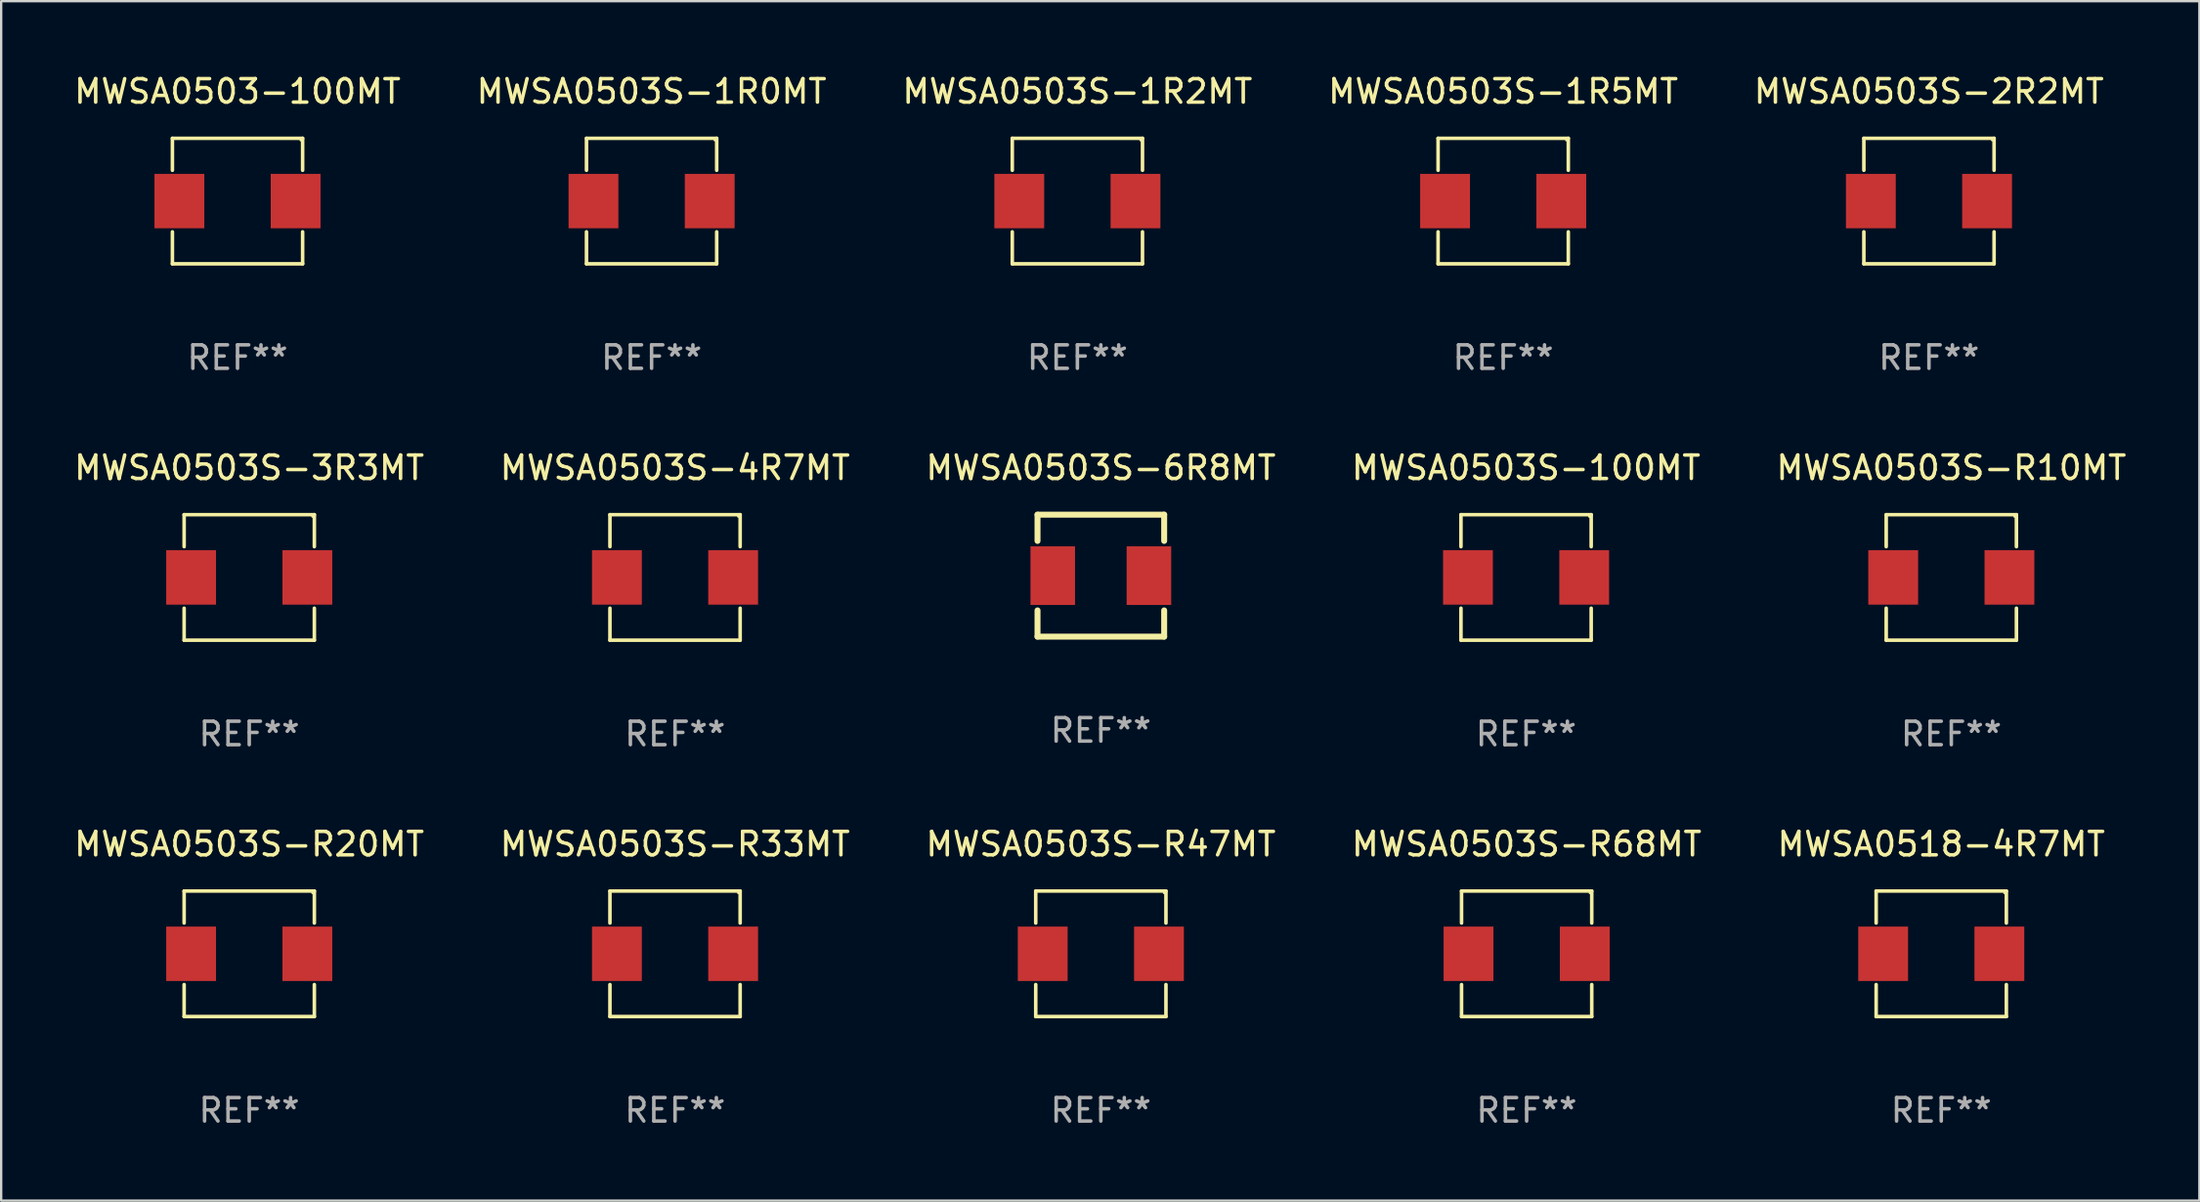
<source format=kicad_pcb>
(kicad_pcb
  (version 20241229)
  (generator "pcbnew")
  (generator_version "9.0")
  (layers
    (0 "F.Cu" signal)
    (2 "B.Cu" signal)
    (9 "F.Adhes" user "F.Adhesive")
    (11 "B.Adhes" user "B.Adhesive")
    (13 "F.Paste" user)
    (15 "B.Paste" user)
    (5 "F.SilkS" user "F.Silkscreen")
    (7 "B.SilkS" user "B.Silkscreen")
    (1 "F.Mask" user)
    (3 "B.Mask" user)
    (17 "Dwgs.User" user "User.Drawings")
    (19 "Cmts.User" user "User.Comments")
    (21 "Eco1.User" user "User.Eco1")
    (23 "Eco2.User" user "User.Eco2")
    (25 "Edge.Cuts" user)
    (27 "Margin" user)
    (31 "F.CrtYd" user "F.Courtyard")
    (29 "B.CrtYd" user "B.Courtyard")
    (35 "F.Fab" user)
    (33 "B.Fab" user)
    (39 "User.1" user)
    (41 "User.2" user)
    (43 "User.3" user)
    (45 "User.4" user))
  (footprint "MWSA0518-4R7MT"
    (layer "F.Cu")
    (at 79.72 37.622)
    (property "Reference" "MWSA0518-4R7MT" (at 0 -4.676 0) (layer "F.SilkS") (effects (font (size 1 1) (thickness 0.15))))
    (attr through_hole)
    (fp_line (start -2.776 -2.676) (end 2.776 -2.676) (stroke (width 0.152) (type solid)) (layer "F.SilkS"))
    (fp_line (start -2.776 -1.312) (end -2.776 -2.676) (stroke (width 0.152) (type solid)) (layer "F.SilkS"))
    (fp_line (start -2.776 1.312) (end -2.776 2.676) (stroke (width 0.152) (type solid)) (layer "F.SilkS"))
    (fp_line (start -2.776 2.676) (end 2.776 2.676) (stroke (width 0.152) (type solid)) (layer "F.SilkS"))
    (fp_line (start 2.776 -2.676) (end 2.776 -1.312) (stroke (width 0.152) (type solid)) (layer "F.SilkS"))
    (fp_line (start 2.776 2.676) (end 2.776 1.312) (stroke (width 0.152) (type solid)) (layer "F.SilkS"))
    (fp_circle (center 2.7 -2.6) (end 2.73 -2.6) (stroke (width 0.06) (type solid)) (fill no) (layer "F.SilkS"))
    (fp_text user "REF**" (at 0 6.676 0) (layer "F.Fab") (effects (font (size 1 1) (thickness 0.15))))
    (pad "1" smd rect (at 2.478 0) (size 2.124 2.32) (layers "F.Cu" "F.Mask" "F.Paste"))
    (pad "2" smd rect (at -2.478 0) (size 2.124 2.32) (layers "F.Cu" "F.Mask" "F.Paste")))
  (footprint "MWSA0503S-6R8MT"
    (layer "F.Cu")
    (at 43.887 21.497)
    (property "Reference" "MWSA0503S-6R8MT" (at 0 -4.6 0) (layer "F.SilkS") (effects (font (size 1 1) (thickness 0.15))))
    (attr through_hole)
    (fp_line (start -2.7 -2.6) (end 2.7 -2.6) (stroke (width 0.254) (type solid)) (layer "F.SilkS"))
    (fp_line (start -2.7 -1.481) (end -2.7 -2.6) (stroke (width 0.254) (type solid)) (layer "F.SilkS"))
    (fp_line (start -2.7 2.6) (end -2.7 1.481) (stroke (width 0.254) (type solid)) (layer "F.SilkS"))
    (fp_line (start 2.7 -2.6) (end 2.7 -1.481) (stroke (width 0.254) (type solid)) (layer "F.SilkS"))
    (fp_line (start 2.7 1.481) (end 2.7 2.6) (stroke (width 0.254) (type solid)) (layer "F.SilkS"))
    (fp_line (start 2.7 2.6) (end -2.7 2.6) (stroke (width 0.254) (type solid)) (layer "F.SilkS"))
    (fp_circle (center -2.7 2.6) (end -2.67 2.6) (stroke (width 0.06) (type solid)) (fill no) (layer "F.SilkS"))
    (fp_text user "REF**" (at 0 6.6 0) (layer "F.Fab") (effects (font (size 1 1) (thickness 0.15))))
    (pad "1" smd rect (at -2.05 0) (size 1.9 2.5) (layers "F.Cu" "F.Mask" "F.Paste"))
    (pad "2" smd rect (at 2.05 0) (size 1.9 2.5) (layers "F.Cu" "F.Mask" "F.Paste")))
  (footprint "MWSA0503S-R47MT"
    (layer "F.Cu")
    (at 43.887 37.622)
    (property "Reference" "MWSA0503S-R47MT" (at 0 -4.676 0) (layer "F.SilkS") (effects (font (size 1 1) (thickness 0.15))))
    (attr through_hole)
    (fp_line (start -2.776 -2.676) (end 2.776 -2.676) (stroke (width 0.152) (type solid)) (layer "F.SilkS"))
    (fp_line (start -2.776 -1.312) (end -2.776 -2.676) (stroke (width 0.152) (type solid)) (layer "F.SilkS"))
    (fp_line (start -2.776 1.312) (end -2.776 2.676) (stroke (width 0.152) (type solid)) (layer "F.SilkS"))
    (fp_line (start -2.776 2.676) (end 2.776 2.676) (stroke (width 0.152) (type solid)) (layer "F.SilkS"))
    (fp_line (start 2.776 -2.676) (end 2.776 -1.312) (stroke (width 0.152) (type solid)) (layer "F.SilkS"))
    (fp_line (start 2.776 2.676) (end 2.776 1.312) (stroke (width 0.152) (type solid)) (layer "F.SilkS"))
    (fp_circle (center 2.7 -2.6) (end 2.73 -2.6) (stroke (width 0.06) (type solid)) (fill no) (layer "F.SilkS"))
    (fp_text user "REF**" (at 0 6.676 0) (layer "F.Fab") (effects (font (size 1 1) (thickness 0.15))))
    (pad "1" smd rect (at 2.478 0) (size 2.124 2.32) (layers "F.Cu" "F.Mask" "F.Paste"))
    (pad "2" smd rect (at -2.478 0) (size 2.124 2.32) (layers "F.Cu" "F.Mask" "F.Paste")))
  (footprint "MWSA0503S-3R3MT"
    (layer "F.Cu")
    (at 7.577 21.573)
    (property "Reference" "MWSA0503S-3R3MT" (at 0 -4.676 0) (layer "F.SilkS") (effects (font (size 1 1) (thickness 0.15))))
    (attr through_hole)
    (fp_line (start -2.776 -2.676) (end 2.776 -2.676) (stroke (width 0.152) (type solid)) (layer "F.SilkS"))
    (fp_line (start -2.776 -1.312) (end -2.776 -2.676) (stroke (width 0.152) (type solid)) (layer "F.SilkS"))
    (fp_line (start -2.776 1.312) (end -2.776 2.676) (stroke (width 0.152) (type solid)) (layer "F.SilkS"))
    (fp_line (start -2.776 2.676) (end 2.776 2.676) (stroke (width 0.152) (type solid)) (layer "F.SilkS"))
    (fp_line (start 2.776 -2.676) (end 2.776 -1.312) (stroke (width 0.152) (type solid)) (layer "F.SilkS"))
    (fp_line (start 2.776 2.676) (end 2.776 1.312) (stroke (width 0.152) (type solid)) (layer "F.SilkS"))
    (fp_circle (center 2.7 -2.6) (end 2.73 -2.6) (stroke (width 0.06) (type solid)) (fill no) (layer "F.SilkS"))
    (fp_text user "REF**" (at 0 6.676 0) (layer "F.Fab") (effects (font (size 1 1) (thickness 0.15))))
    (pad "1" smd rect (at 2.478 0) (size 2.124 2.32) (layers "F.Cu" "F.Mask" "F.Paste"))
    (pad "2" smd rect (at -2.478 0) (size 2.124 2.32) (layers "F.Cu" "F.Mask" "F.Paste")))
  (footprint "MWSA0503S-100MT"
    (layer "F.Cu")
    (at 62.018 21.573)
    (property "Reference" "MWSA0503S-100MT" (at 0 -4.676 0) (layer "F.SilkS") (effects (font (size 1 1) (thickness 0.15))))
    (attr through_hole)
    (fp_line (start -2.776 -2.676) (end 2.776 -2.676) (stroke (width 0.152) (type solid)) (layer "F.SilkS"))
    (fp_line (start -2.776 -1.312) (end -2.776 -2.676) (stroke (width 0.152) (type solid)) (layer "F.SilkS"))
    (fp_line (start -2.776 1.312) (end -2.776 2.676) (stroke (width 0.152) (type solid)) (layer "F.SilkS"))
    (fp_line (start -2.776 2.676) (end 2.776 2.676) (stroke (width 0.152) (type solid)) (layer "F.SilkS"))
    (fp_line (start 2.776 -2.676) (end 2.776 -1.312) (stroke (width 0.152) (type solid)) (layer "F.SilkS"))
    (fp_line (start 2.776 2.676) (end 2.776 1.312) (stroke (width 0.152) (type solid)) (layer "F.SilkS"))
    (fp_circle (center 2.7 -2.6) (end 2.73 -2.6) (stroke (width 0.06) (type solid)) (fill no) (layer "F.SilkS"))
    (fp_text user "REF**" (at 0 6.676 0) (layer "F.Fab") (effects (font (size 1 1) (thickness 0.15))))
    (pad "1" smd rect (at 2.478 0) (size 2.124 2.32) (layers "F.Cu" "F.Mask" "F.Paste"))
    (pad "2" smd rect (at -2.478 0) (size 2.124 2.32) (layers "F.Cu" "F.Mask" "F.Paste")))
  (footprint "MWSA0503S-R10MT"
    (layer "F.Cu")
    (at 80.149 21.573)
    (property "Reference" "MWSA0503S-R10MT" (at 0 -4.676 0) (layer "F.SilkS") (effects (font (size 1 1) (thickness 0.15))))
    (attr through_hole)
    (fp_line (start -2.776 -2.676) (end 2.776 -2.676) (stroke (width 0.152) (type solid)) (layer "F.SilkS"))
    (fp_line (start -2.776 -1.312) (end -2.776 -2.676) (stroke (width 0.152) (type solid)) (layer "F.SilkS"))
    (fp_line (start -2.776 1.312) (end -2.776 2.676) (stroke (width 0.152) (type solid)) (layer "F.SilkS"))
    (fp_line (start -2.776 2.676) (end 2.776 2.676) (stroke (width 0.152) (type solid)) (layer "F.SilkS"))
    (fp_line (start 2.776 -2.676) (end 2.776 -1.312) (stroke (width 0.152) (type solid)) (layer "F.SilkS"))
    (fp_line (start 2.776 2.676) (end 2.776 1.312) (stroke (width 0.152) (type solid)) (layer "F.SilkS"))
    (fp_circle (center 2.7 -2.6) (end 2.73 -2.6) (stroke (width 0.06) (type solid)) (fill no) (layer "F.SilkS"))
    (fp_text user "REF**" (at 0 6.676 0) (layer "F.Fab") (effects (font (size 1 1) (thickness 0.15))))
    (pad "1" smd rect (at 2.478 0) (size 2.124 2.32) (layers "F.Cu" "F.Mask" "F.Paste"))
    (pad "2" smd rect (at -2.478 0) (size 2.124 2.32) (layers "F.Cu" "F.Mask" "F.Paste")))
  (footprint "MWSA0503S-R68MT"
    (layer "F.Cu")
    (at 62.042 37.622)
    (property "Reference" "MWSA0503S-R68MT" (at 0 -4.676 0) (layer "F.SilkS") (effects (font (size 1 1) (thickness 0.15))))
    (attr through_hole)
    (fp_line (start -2.776 -2.676) (end 2.776 -2.676) (stroke (width 0.152) (type solid)) (layer "F.SilkS"))
    (fp_line (start -2.776 -1.312) (end -2.776 -2.676) (stroke (width 0.152) (type solid)) (layer "F.SilkS"))
    (fp_line (start -2.776 1.312) (end -2.776 2.676) (stroke (width 0.152) (type solid)) (layer "F.SilkS"))
    (fp_line (start -2.776 2.676) (end 2.776 2.676) (stroke (width 0.152) (type solid)) (layer "F.SilkS"))
    (fp_line (start 2.776 -2.676) (end 2.776 -1.312) (stroke (width 0.152) (type solid)) (layer "F.SilkS"))
    (fp_line (start 2.776 2.676) (end 2.776 1.312) (stroke (width 0.152) (type solid)) (layer "F.SilkS"))
    (fp_circle (center 2.7 -2.6) (end 2.73 -2.6) (stroke (width 0.06) (type solid)) (fill no) (layer "F.SilkS"))
    (fp_text user "REF**" (at 0 6.676 0) (layer "F.Fab") (effects (font (size 1 1) (thickness 0.15))))
    (pad "1" smd rect (at 2.478 0) (size 2.124 2.32) (layers "F.Cu" "F.Mask" "F.Paste"))
    (pad "2" smd rect (at -2.478 0) (size 2.124 2.32) (layers "F.Cu" "F.Mask" "F.Paste")))
  (footprint "MWSA0503S-2R2MT"
    (layer "F.Cu")
    (at 79.196 5.524)
    (property "Reference" "MWSA0503S-2R2MT" (at 0 -4.676 0) (layer "F.SilkS") (effects (font (size 1 1) (thickness 0.15))))
    (attr through_hole)
    (fp_line (start -2.776 -2.676) (end 2.776 -2.676) (stroke (width 0.152) (type solid)) (layer "F.SilkS"))
    (fp_line (start -2.776 -1.312) (end -2.776 -2.676) (stroke (width 0.152) (type solid)) (layer "F.SilkS"))
    (fp_line (start -2.776 1.312) (end -2.776 2.676) (stroke (width 0.152) (type solid)) (layer "F.SilkS"))
    (fp_line (start -2.776 2.676) (end 2.776 2.676) (stroke (width 0.152) (type solid)) (layer "F.SilkS"))
    (fp_line (start 2.776 -2.676) (end 2.776 -1.312) (stroke (width 0.152) (type solid)) (layer "F.SilkS"))
    (fp_line (start 2.776 2.676) (end 2.776 1.312) (stroke (width 0.152) (type solid)) (layer "F.SilkS"))
    (fp_circle (center 2.7 -2.6) (end 2.73 -2.6) (stroke (width 0.06) (type solid)) (fill no) (layer "F.SilkS"))
    (fp_text user "REF**" (at 0 6.676 0) (layer "F.Fab") (effects (font (size 1 1) (thickness 0.15))))
    (pad "1" smd rect (at 2.478 0) (size 2.124 2.32) (layers "F.Cu" "F.Mask" "F.Paste"))
    (pad "2" smd rect (at -2.478 0) (size 2.124 2.32) (layers "F.Cu" "F.Mask" "F.Paste")))
  (footprint "MWSA0503S-1R0MT"
    (layer "F.Cu")
    (at 24.732 5.524)
    (property "Reference" "MWSA0503S-1R0MT" (at 0 -4.676 0) (layer "F.SilkS") (effects (font (size 1 1) (thickness 0.15))))
    (attr through_hole)
    (fp_line (start -2.776 -2.676) (end 2.776 -2.676) (stroke (width 0.152) (type solid)) (layer "F.SilkS"))
    (fp_line (start -2.776 -1.312) (end -2.776 -2.676) (stroke (width 0.152) (type solid)) (layer "F.SilkS"))
    (fp_line (start -2.776 1.312) (end -2.776 2.676) (stroke (width 0.152) (type solid)) (layer "F.SilkS"))
    (fp_line (start -2.776 2.676) (end 2.776 2.676) (stroke (width 0.152) (type solid)) (layer "F.SilkS"))
    (fp_line (start 2.776 -2.676) (end 2.776 -1.312) (stroke (width 0.152) (type solid)) (layer "F.SilkS"))
    (fp_line (start 2.776 2.676) (end 2.776 1.312) (stroke (width 0.152) (type solid)) (layer "F.SilkS"))
    (fp_circle (center 2.7 -2.6) (end 2.73 -2.6) (stroke (width 0.06) (type solid)) (fill no) (layer "F.SilkS"))
    (fp_text user "REF**" (at 0 6.676 0) (layer "F.Fab") (effects (font (size 1 1) (thickness 0.15))))
    (pad "1" smd rect (at 2.478 0) (size 2.124 2.32) (layers "F.Cu" "F.Mask" "F.Paste"))
    (pad "2" smd rect (at -2.478 0) (size 2.124 2.32) (layers "F.Cu" "F.Mask" "F.Paste")))
  (footprint "MWSA0503-100MT"
    (layer "F.Cu")
    (at 7.077 5.524)
    (property "Reference" "MWSA0503-100MT" (at 0 -4.676 0) (layer "F.SilkS") (effects (font (size 1 1) (thickness 0.15))))
    (attr through_hole)
    (fp_line (start -2.776 -2.676) (end 2.776 -2.676) (stroke (width 0.152) (type solid)) (layer "F.SilkS"))
    (fp_line (start -2.776 -1.312) (end -2.776 -2.676) (stroke (width 0.152) (type solid)) (layer "F.SilkS"))
    (fp_line (start -2.776 1.312) (end -2.776 2.676) (stroke (width 0.152) (type solid)) (layer "F.SilkS"))
    (fp_line (start -2.776 2.676) (end 2.776 2.676) (stroke (width 0.152) (type solid)) (layer "F.SilkS"))
    (fp_line (start 2.776 -2.676) (end 2.776 -1.312) (stroke (width 0.152) (type solid)) (layer "F.SilkS"))
    (fp_line (start 2.776 2.676) (end 2.776 1.312) (stroke (width 0.152) (type solid)) (layer "F.SilkS"))
    (fp_circle (center 2.7 -2.6) (end 2.73 -2.6) (stroke (width 0.06) (type solid)) (fill no) (layer "F.SilkS"))
    (fp_text user "REF**" (at 0 6.676 0) (layer "F.Fab") (effects (font (size 1 1) (thickness 0.15))))
    (pad "1" smd rect (at 2.478 0) (size 2.124 2.32) (layers "F.Cu" "F.Mask" "F.Paste"))
    (pad "2" smd rect (at -2.478 0) (size 2.124 2.32) (layers "F.Cu" "F.Mask" "F.Paste")))
  (footprint "MWSA0503S-4R7MT"
    (layer "F.Cu")
    (at 25.732 21.573)
    (property "Reference" "MWSA0503S-4R7MT" (at 0 -4.676 0) (layer "F.SilkS") (effects (font (size 1 1) (thickness 0.15))))
    (attr through_hole)
    (fp_line (start -2.776 -2.676) (end 2.776 -2.676) (stroke (width 0.152) (type solid)) (layer "F.SilkS"))
    (fp_line (start -2.776 -1.312) (end -2.776 -2.676) (stroke (width 0.152) (type solid)) (layer "F.SilkS"))
    (fp_line (start -2.776 1.312) (end -2.776 2.676) (stroke (width 0.152) (type solid)) (layer "F.SilkS"))
    (fp_line (start -2.776 2.676) (end 2.776 2.676) (stroke (width 0.152) (type solid)) (layer "F.SilkS"))
    (fp_line (start 2.776 -2.676) (end 2.776 -1.312) (stroke (width 0.152) (type solid)) (layer "F.SilkS"))
    (fp_line (start 2.776 2.676) (end 2.776 1.312) (stroke (width 0.152) (type solid)) (layer "F.SilkS"))
    (fp_circle (center 2.7 -2.6) (end 2.73 -2.6) (stroke (width 0.06) (type solid)) (fill no) (layer "F.SilkS"))
    (fp_text user "REF**" (at 0 6.676 0) (layer "F.Fab") (effects (font (size 1 1) (thickness 0.15))))
    (pad "1" smd rect (at 2.478 0) (size 2.124 2.32) (layers "F.Cu" "F.Mask" "F.Paste"))
    (pad "2" smd rect (at -2.478 0) (size 2.124 2.32) (layers "F.Cu" "F.Mask" "F.Paste")))
  (footprint "MWSA0503S-R33MT"
    (layer "F.Cu")
    (at 25.732 37.622)
    (property "Reference" "MWSA0503S-R33MT" (at 0 -4.676 0) (layer "F.SilkS") (effects (font (size 1 1) (thickness 0.15))))
    (attr through_hole)
    (fp_line (start -2.776 -2.676) (end 2.776 -2.676) (stroke (width 0.152) (type solid)) (layer "F.SilkS"))
    (fp_line (start -2.776 -1.312) (end -2.776 -2.676) (stroke (width 0.152) (type solid)) (layer "F.SilkS"))
    (fp_line (start -2.776 1.312) (end -2.776 2.676) (stroke (width 0.152) (type solid)) (layer "F.SilkS"))
    (fp_line (start -2.776 2.676) (end 2.776 2.676) (stroke (width 0.152) (type solid)) (layer "F.SilkS"))
    (fp_line (start 2.776 -2.676) (end 2.776 -1.312) (stroke (width 0.152) (type solid)) (layer "F.SilkS"))
    (fp_line (start 2.776 2.676) (end 2.776 1.312) (stroke (width 0.152) (type solid)) (layer "F.SilkS"))
    (fp_circle (center 2.7 -2.6) (end 2.73 -2.6) (stroke (width 0.06) (type solid)) (fill no) (layer "F.SilkS"))
    (fp_text user "REF**" (at 0 6.676 0) (layer "F.Fab") (effects (font (size 1 1) (thickness 0.15))))
    (pad "1" smd rect (at 2.478 0) (size 2.124 2.32) (layers "F.Cu" "F.Mask" "F.Paste"))
    (pad "2" smd rect (at -2.478 0) (size 2.124 2.32) (layers "F.Cu" "F.Mask" "F.Paste")))
  (footprint "MWSA0503S-1R5MT"
    (layer "F.Cu")
    (at 61.042 5.524)
    (property "Reference" "MWSA0503S-1R5MT" (at 0 -4.676 0) (layer "F.SilkS") (effects (font (size 1 1) (thickness 0.15))))
    (attr through_hole)
    (fp_line (start -2.776 -2.676) (end 2.776 -2.676) (stroke (width 0.152) (type solid)) (layer "F.SilkS"))
    (fp_line (start -2.776 -1.312) (end -2.776 -2.676) (stroke (width 0.152) (type solid)) (layer "F.SilkS"))
    (fp_line (start -2.776 1.312) (end -2.776 2.676) (stroke (width 0.152) (type solid)) (layer "F.SilkS"))
    (fp_line (start -2.776 2.676) (end 2.776 2.676) (stroke (width 0.152) (type solid)) (layer "F.SilkS"))
    (fp_line (start 2.776 -2.676) (end 2.776 -1.312) (stroke (width 0.152) (type solid)) (layer "F.SilkS"))
    (fp_line (start 2.776 2.676) (end 2.776 1.312) (stroke (width 0.152) (type solid)) (layer "F.SilkS"))
    (fp_circle (center 2.7 -2.6) (end 2.73 -2.6) (stroke (width 0.06) (type solid)) (fill no) (layer "F.SilkS"))
    (fp_text user "REF**" (at 0 6.676 0) (layer "F.Fab") (effects (font (size 1 1) (thickness 0.15))))
    (pad "1" smd rect (at 2.478 0) (size 2.124 2.32) (layers "F.Cu" "F.Mask" "F.Paste"))
    (pad "2" smd rect (at -2.478 0) (size 2.124 2.32) (layers "F.Cu" "F.Mask" "F.Paste")))
  (footprint "MWSA0503S-1R2MT"
    (layer "F.Cu")
    (at 42.887 5.524)
    (property "Reference" "MWSA0503S-1R2MT" (at 0 -4.676 0) (layer "F.SilkS") (effects (font (size 1 1) (thickness 0.15))))
    (attr through_hole)
    (fp_line (start -2.776 -2.676) (end 2.776 -2.676) (stroke (width 0.152) (type solid)) (layer "F.SilkS"))
    (fp_line (start -2.776 -1.312) (end -2.776 -2.676) (stroke (width 0.152) (type solid)) (layer "F.SilkS"))
    (fp_line (start -2.776 1.312) (end -2.776 2.676) (stroke (width 0.152) (type solid)) (layer "F.SilkS"))
    (fp_line (start -2.776 2.676) (end 2.776 2.676) (stroke (width 0.152) (type solid)) (layer "F.SilkS"))
    (fp_line (start 2.776 -2.676) (end 2.776 -1.312) (stroke (width 0.152) (type solid)) (layer "F.SilkS"))
    (fp_line (start 2.776 2.676) (end 2.776 1.312) (stroke (width 0.152) (type solid)) (layer "F.SilkS"))
    (fp_circle (center 2.7 -2.6) (end 2.73 -2.6) (stroke (width 0.06) (type solid)) (fill no) (layer "F.SilkS"))
    (fp_text user "REF**" (at 0 6.676 0) (layer "F.Fab") (effects (font (size 1 1) (thickness 0.15))))
    (pad "1" smd rect (at 2.478 0) (size 2.124 2.32) (layers "F.Cu" "F.Mask" "F.Paste"))
    (pad "2" smd rect (at -2.478 0) (size 2.124 2.32) (layers "F.Cu" "F.Mask" "F.Paste")))
  (footprint "MWSA0503S-R20MT"
    (layer "F.Cu")
    (at 7.577 37.622)
    (property "Reference" "MWSA0503S-R20MT" (at 0 -4.676 0) (layer "F.SilkS") (effects (font (size 1 1) (thickness 0.15))))
    (attr through_hole)
    (fp_line (start -2.776 -2.676) (end 2.776 -2.676) (stroke (width 0.152) (type solid)) (layer "F.SilkS"))
    (fp_line (start -2.776 -1.312) (end -2.776 -2.676) (stroke (width 0.152) (type solid)) (layer "F.SilkS"))
    (fp_line (start -2.776 1.312) (end -2.776 2.676) (stroke (width 0.152) (type solid)) (layer "F.SilkS"))
    (fp_line (start -2.776 2.676) (end 2.776 2.676) (stroke (width 0.152) (type solid)) (layer "F.SilkS"))
    (fp_line (start 2.776 -2.676) (end 2.776 -1.312) (stroke (width 0.152) (type solid)) (layer "F.SilkS"))
    (fp_line (start 2.776 2.676) (end 2.776 1.312) (stroke (width 0.152) (type solid)) (layer "F.SilkS"))
    (fp_circle (center 2.7 -2.6) (end 2.73 -2.6) (stroke (width 0.06) (type solid)) (fill no) (layer "F.SilkS"))
    (fp_text user "REF**" (at 0 6.676 0) (layer "F.Fab") (effects (font (size 1 1) (thickness 0.15))))
    (pad "1" smd rect (at 2.478 0) (size 2.124 2.32) (layers "F.Cu" "F.Mask" "F.Paste"))
    (pad "2" smd rect (at -2.478 0) (size 2.124 2.32) (layers "F.Cu" "F.Mask" "F.Paste")))
  (gr_rect
    (start -3 -3)
    (end 90.726 48.147)
    (stroke (width 0.1) (type default))
    (fill no)
    (layer "Edge.Cuts")))
</source>
